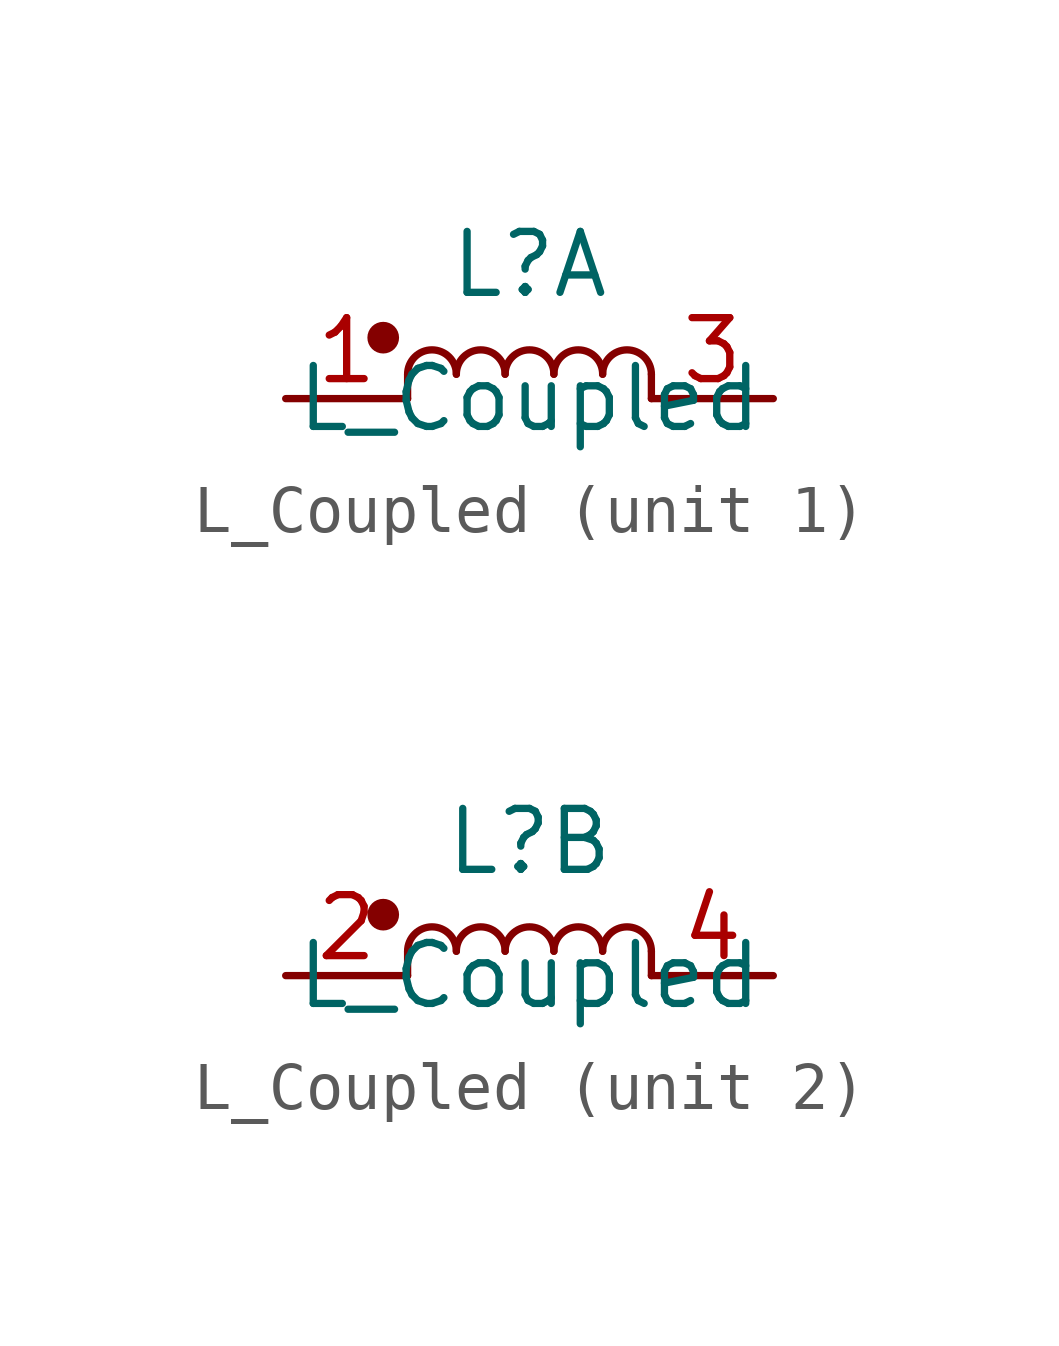
<source format=kicad_sym>
(kicad_symbol_lib
  (version 20241209)
  (generator "kicad_symbol_editor")
  (generator_version "9.0")
  (symbol "L_Coupled"
    (property "Reference" "L"
      (at 0 2.794 0)
      (effects (font (size 1.27 1.27))))
    (property "Value" "L_Coupled"
      (at 0 0 0)
      (effects (font (size 1.27 1.27))))
    (property "ki_locked" ""
      (at 0 0 0)
      (effects (font (size 1.27 1.27))))
    (symbol "L_Coupled_0_1"
      (circle (center -3.048 1.27) (radius 0.254) (stroke (width 0) (type default)) (fill (type outline)))
      (polyline (pts (xy -2.54 0.508) (xy -2.54 0)) (stroke (width 0) (type default)) (fill (type none)))
      (arc (start -2.54 0.508) (mid -2.032 1.0138) (end -1.524 0.508) (stroke (width 0) (type default)) (fill (type none)))
      (arc (start -1.524 0.508) (mid -1.016 1.0138) (end -0.508 0.508) (stroke (width 0) (type default)) (fill (type none)))
      (arc (start -0.508 0.508) (mid 0 1.0138) (end 0.508 0.508) (stroke (width 0) (type default)) (fill (type none)))
      (arc (start 0.508 0.508) (mid 1.016 1.0138) (end 1.524 0.508) (stroke (width 0) (type default)) (fill (type none)))
      (arc (start 1.524 0.508) (mid 2.032 1.0138) (end 2.54 0.508) (stroke (width 0) (type default)) (fill (type none)))
      (polyline (pts (xy 2.54 0.508) (xy 2.54 0)) (stroke (width 0) (type default)) (fill (type none))))
    (symbol "L_Coupled_1_1"
      (pin passive line (at -5.08 0 0) (length 2.54) (name "" (effects (font (size 1.27 1.27)))) (number "1" (effects (font (size 1.27 1.27)))))
      (pin passive line (at 5.08 0 180) (length 2.54) (name "" (effects (font (size 1.27 1.27)))) (number "3" (effects (font (size 1.27 1.27))))))
    (symbol "L_Coupled_2_1"
      (pin passive line (at -5.08 0 0) (length 2.54) (name "" (effects (font (size 1.27 1.27)))) (number "2" (effects (font (size 1.27 1.27)))))
      (pin passive line (at 5.08 0 180) (length 2.54) (name "" (effects (font (size 1.27 1.27)))) (number "4" (effects (font (size 1.27 1.27))))))))
</source>
